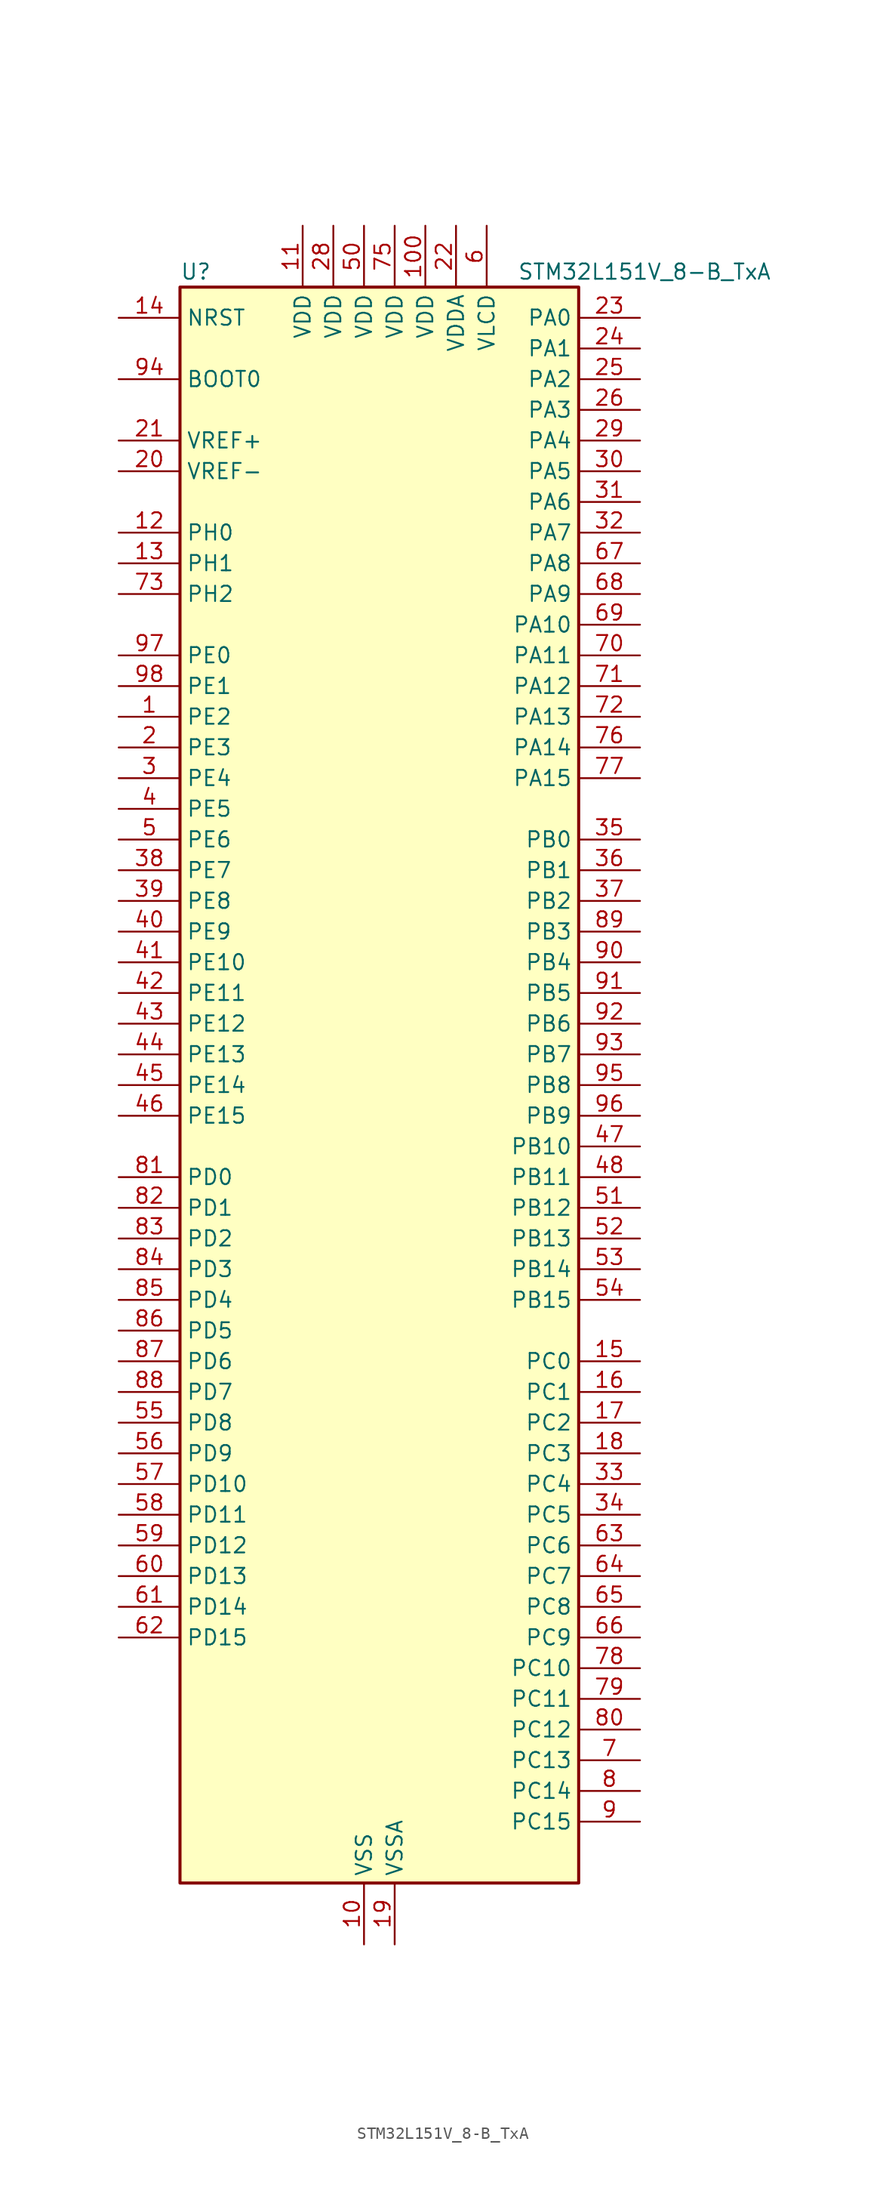
<source format=kicad_sym>
(kicad_symbol_lib
  (version 20231120)
  (generator "kicad_symbol_editor")
  (generator_version "8.0")
  (symbol "STM32L151V_8-B_TxA"
    (property "Reference" "U"
      (at -15.24 67.31 0)
      (effects (font (size 1.27 1.27)) (justify left)))
    (property "Value" "STM32L151V_8-B_TxA"
      (at 12.7 67.31 0)
      (effects (font (size 1.27 1.27)) (justify left)))
    (property "ki_locked" ""
      (at 0 0 0)
      (effects (font (size 1.27 1.27))))
    (symbol "STM32L151V_8-B_TxA_0_1"
      (rectangle (start -15.24 -66.04) (end 17.78 66.04) (stroke (width 0.254) (type default)) (fill (type background))))
    (symbol "STM32L151V_8-B_TxA_1_1"
      (pin bidirectional line (at -20.32 30.48 0) (length 5.08) (name "PE2" (effects (font (size 1.27 1.27)))) (number "1" (effects (font (size 1.27 1.27)))) (alternate "SYS_TRACECK" bidirectional line) (alternate "TIM3_ETR" bidirectional line) (alternate "TIMX_IC3" bidirectional line))
      (pin power_in line (at 0 -71.12 90) (length 5.08) (name "VSS" (effects (font (size 1.27 1.27)))) (number "10" (effects (font (size 1.27 1.27)))))
      (pin power_in line (at 5.08 71.12 270) (length 5.08) (name "VDD" (effects (font (size 1.27 1.27)))) (number "100" (effects (font (size 1.27 1.27)))))
      (pin power_in line (at -5.08 71.12 270) (length 5.08) (name "VDD" (effects (font (size 1.27 1.27)))) (number "11" (effects (font (size 1.27 1.27)))))
      (pin bidirectional line (at -20.32 45.72 0) (length 5.08) (name "PH0" (effects (font (size 1.27 1.27)))) (number "12" (effects (font (size 1.27 1.27)))) (alternate "RCC_OSC_IN" bidirectional line))
      (pin bidirectional line (at -20.32 43.18 0) (length 5.08) (name "PH1" (effects (font (size 1.27 1.27)))) (number "13" (effects (font (size 1.27 1.27)))) (alternate "RCC_OSC_OUT" bidirectional line))
      (pin input line (at -20.32 63.5 0) (length 5.08) (name "NRST" (effects (font (size 1.27 1.27)))) (number "14" (effects (font (size 1.27 1.27)))))
      (pin bidirectional line (at 22.86 -22.86 180) (length 5.08) (name "PC0" (effects (font (size 1.27 1.27)))) (number "15" (effects (font (size 1.27 1.27)))) (alternate "ADC_IN10" bidirectional line) (alternate "COMP1_INP" bidirectional line) (alternate "TIMX_IC1" bidirectional line) (alternate "TS_G8_IO1" bidirectional line))
      (pin bidirectional line (at 22.86 -25.4 180) (length 5.08) (name "PC1" (effects (font (size 1.27 1.27)))) (number "16" (effects (font (size 1.27 1.27)))) (alternate "ADC_IN11" bidirectional line) (alternate "COMP1_INP" bidirectional line) (alternate "TIMX_IC2" bidirectional line) (alternate "TS_G8_IO2" bidirectional line))
      (pin bidirectional line (at 22.86 -27.94 180) (length 5.08) (name "PC2" (effects (font (size 1.27 1.27)))) (number "17" (effects (font (size 1.27 1.27)))) (alternate "ADC_IN12" bidirectional line) (alternate "COMP1_INP" bidirectional line) (alternate "TIMX_IC3" bidirectional line) (alternate "TS_G8_IO3" bidirectional line))
      (pin bidirectional line (at 22.86 -30.48 180) (length 5.08) (name "PC3" (effects (font (size 1.27 1.27)))) (number "18" (effects (font (size 1.27 1.27)))) (alternate "ADC_IN13" bidirectional line) (alternate "COMP1_INP" bidirectional line) (alternate "TIMX_IC4" bidirectional line) (alternate "TS_G8_IO4" bidirectional line))
      (pin power_in line (at 2.54 -71.12 90) (length 5.08) (name "VSSA" (effects (font (size 1.27 1.27)))) (number "19" (effects (font (size 1.27 1.27)))))
      (pin bidirectional line (at -20.32 27.94 0) (length 5.08) (name "PE3" (effects (font (size 1.27 1.27)))) (number "2" (effects (font (size 1.27 1.27)))) (alternate "SYS_TRACED0" bidirectional line) (alternate "TIM3_CH1" bidirectional line) (alternate "TIMX_IC4" bidirectional line))
      (pin input line (at -20.32 50.8 0) (length 5.08) (name "VREF-" (effects (font (size 1.27 1.27)))) (number "20" (effects (font (size 1.27 1.27)))))
      (pin input line (at -20.32 53.34 0) (length 5.08) (name "VREF+" (effects (font (size 1.27 1.27)))) (number "21" (effects (font (size 1.27 1.27)))))
      (pin power_in line (at 7.62 71.12 270) (length 5.08) (name "VDDA" (effects (font (size 1.27 1.27)))) (number "22" (effects (font (size 1.27 1.27)))))
      (pin bidirectional line (at 22.86 63.5 180) (length 5.08) (name "PA0" (effects (font (size 1.27 1.27)))) (number "23" (effects (font (size 1.27 1.27)))) (alternate "ADC_IN0" bidirectional line) (alternate "COMP1_INP" bidirectional line) (alternate "RTC_TAMP2" bidirectional line) (alternate "SYS_WKUP1" bidirectional line) (alternate "TIM2_CH1" bidirectional line) (alternate "TIM2_ETR" bidirectional line) (alternate "TIMX_IC1" bidirectional line) (alternate "TS_G1_IO1" bidirectional line) (alternate "USART2_CTS" bidirectional line))
      (pin bidirectional line (at 22.86 60.96 180) (length 5.08) (name "PA1" (effects (font (size 1.27 1.27)))) (number "24" (effects (font (size 1.27 1.27)))) (alternate "ADC_IN1" bidirectional line) (alternate "COMP1_INP" bidirectional line) (alternate "TIM2_CH2" bidirectional line) (alternate "TIMX_IC2" bidirectional line) (alternate "TS_G1_IO2" bidirectional line) (alternate "USART2_RTS" bidirectional line))
      (pin bidirectional line (at 22.86 58.42 180) (length 5.08) (name "PA2" (effects (font (size 1.27 1.27)))) (number "25" (effects (font (size 1.27 1.27)))) (alternate "ADC_IN2" bidirectional line) (alternate "COMP1_INP" bidirectional line) (alternate "TIM2_CH3" bidirectional line) (alternate "TIM9_CH1" bidirectional line) (alternate "TIMX_IC3" bidirectional line) (alternate "TS_G1_IO3" bidirectional line) (alternate "USART2_TX" bidirectional line))
      (pin bidirectional line (at 22.86 55.88 180) (length 5.08) (name "PA3" (effects (font (size 1.27 1.27)))) (number "26" (effects (font (size 1.27 1.27)))) (alternate "ADC_IN3" bidirectional line) (alternate "COMP1_INP" bidirectional line) (alternate "TIM2_CH4" bidirectional line) (alternate "TIM9_CH2" bidirectional line) (alternate "TIMX_IC4" bidirectional line) (alternate "TS_G1_IO4" bidirectional line) (alternate "USART2_RX" bidirectional line))
      (pin passive line (at 0 -71.12 90) (length 5.08) hide (name "VSS" (effects (font (size 1.27 1.27)))) (number "27" (effects (font (size 1.27 1.27)))))
      (pin power_in line (at -2.54 71.12 270) (length 5.08) (name "VDD" (effects (font (size 1.27 1.27)))) (number "28" (effects (font (size 1.27 1.27)))))
      (pin bidirectional line (at 22.86 53.34 180) (length 5.08) (name "PA4" (effects (font (size 1.27 1.27)))) (number "29" (effects (font (size 1.27 1.27)))) (alternate "ADC_IN4" bidirectional line) (alternate "COMP1_INP" bidirectional line) (alternate "DAC_OUT1" bidirectional line) (alternate "SPI1_NSS" bidirectional line) (alternate "TIMX_IC1" bidirectional line) (alternate "USART2_CK" bidirectional line))
      (pin bidirectional line (at -20.32 25.4 0) (length 5.08) (name "PE4" (effects (font (size 1.27 1.27)))) (number "3" (effects (font (size 1.27 1.27)))) (alternate "SYS_TRACED1" bidirectional line) (alternate "TIM3_CH2" bidirectional line) (alternate "TIMX_IC1" bidirectional line))
      (pin bidirectional line (at 22.86 50.8 180) (length 5.08) (name "PA5" (effects (font (size 1.27 1.27)))) (number "30" (effects (font (size 1.27 1.27)))) (alternate "ADC_IN5" bidirectional line) (alternate "COMP1_INP" bidirectional line) (alternate "DAC_OUT2" bidirectional line) (alternate "SPI1_SCK" bidirectional line) (alternate "TIM2_CH1" bidirectional line) (alternate "TIM2_ETR" bidirectional line) (alternate "TIMX_IC2" bidirectional line))
      (pin bidirectional line (at 22.86 48.26 180) (length 5.08) (name "PA6" (effects (font (size 1.27 1.27)))) (number "31" (effects (font (size 1.27 1.27)))) (alternate "ADC_IN6" bidirectional line) (alternate "COMP1_INP" bidirectional line) (alternate "SPI1_MISO" bidirectional line) (alternate "TIM10_CH1" bidirectional line) (alternate "TIM3_CH1" bidirectional line) (alternate "TIMX_IC3" bidirectional line) (alternate "TS_G2_IO1" bidirectional line))
      (pin bidirectional line (at 22.86 45.72 180) (length 5.08) (name "PA7" (effects (font (size 1.27 1.27)))) (number "32" (effects (font (size 1.27 1.27)))) (alternate "ADC_IN7" bidirectional line) (alternate "COMP1_INP" bidirectional line) (alternate "SPI1_MOSI" bidirectional line) (alternate "TIM11_CH1" bidirectional line) (alternate "TIM3_CH2" bidirectional line) (alternate "TIMX_IC4" bidirectional line) (alternate "TS_G2_IO2" bidirectional line))
      (pin bidirectional line (at 22.86 -33.02 180) (length 5.08) (name "PC4" (effects (font (size 1.27 1.27)))) (number "33" (effects (font (size 1.27 1.27)))) (alternate "ADC_IN14" bidirectional line) (alternate "COMP1_INP" bidirectional line) (alternate "TIMX_IC1" bidirectional line) (alternate "TS_G9_IO1" bidirectional line))
      (pin bidirectional line (at 22.86 -35.56 180) (length 5.08) (name "PC5" (effects (font (size 1.27 1.27)))) (number "34" (effects (font (size 1.27 1.27)))) (alternate "ADC_IN15" bidirectional line) (alternate "COMP1_INP" bidirectional line) (alternate "TIMX_IC2" bidirectional line) (alternate "TS_G9_IO2" bidirectional line))
      (pin bidirectional line (at 22.86 20.32 180) (length 5.08) (name "PB0" (effects (font (size 1.27 1.27)))) (number "35" (effects (font (size 1.27 1.27)))) (alternate "ADC_IN8" bidirectional line) (alternate "COMP1_INP" bidirectional line) (alternate "SYS_V_REF_OUT" bidirectional line) (alternate "TIM3_CH3" bidirectional line) (alternate "TS_G3_IO1" bidirectional line))
      (pin bidirectional line (at 22.86 17.78 180) (length 5.08) (name "PB1" (effects (font (size 1.27 1.27)))) (number "36" (effects (font (size 1.27 1.27)))) (alternate "ADC_IN9" bidirectional line) (alternate "COMP1_INP" bidirectional line) (alternate "SYS_V_REF_OUT" bidirectional line) (alternate "TIM3_CH4" bidirectional line) (alternate "TS_G3_IO2" bidirectional line))
      (pin bidirectional line (at 22.86 15.24 180) (length 5.08) (name "PB2" (effects (font (size 1.27 1.27)))) (number "37" (effects (font (size 1.27 1.27)))) (alternate "TS_G3_IO3" bidirectional line))
      (pin bidirectional line (at -20.32 17.78 0) (length 5.08) (name "PE7" (effects (font (size 1.27 1.27)))) (number "38" (effects (font (size 1.27 1.27)))) (alternate "ADC_IN22" bidirectional line) (alternate "COMP1_INP" bidirectional line) (alternate "TIMX_IC4" bidirectional line))
      (pin bidirectional line (at -20.32 15.24 0) (length 5.08) (name "PE8" (effects (font (size 1.27 1.27)))) (number "39" (effects (font (size 1.27 1.27)))) (alternate "ADC_IN23" bidirectional line) (alternate "COMP1_INP" bidirectional line) (alternate "TIMX_IC1" bidirectional line))
      (pin bidirectional line (at -20.32 22.86 0) (length 5.08) (name "PE5" (effects (font (size 1.27 1.27)))) (number "4" (effects (font (size 1.27 1.27)))) (alternate "SYS_TRACED2" bidirectional line) (alternate "TIM9_CH1" bidirectional line) (alternate "TIMX_IC2" bidirectional line))
      (pin bidirectional line (at -20.32 12.7 0) (length 5.08) (name "PE9" (effects (font (size 1.27 1.27)))) (number "40" (effects (font (size 1.27 1.27)))) (alternate "ADC_IN24" bidirectional line) (alternate "COMP1_INP" bidirectional line) (alternate "DAC_EXTI9" bidirectional line) (alternate "TIM2_CH1" bidirectional line) (alternate "TIM2_ETR" bidirectional line) (alternate "TIMX_IC2" bidirectional line))
      (pin bidirectional line (at -20.32 10.16 0) (length 5.08) (name "PE10" (effects (font (size 1.27 1.27)))) (number "41" (effects (font (size 1.27 1.27)))) (alternate "ADC_IN25" bidirectional line) (alternate "COMP1_INP" bidirectional line) (alternate "TIM2_CH2" bidirectional line) (alternate "TIMX_IC3" bidirectional line))
      (pin bidirectional line (at -20.32 7.62 0) (length 5.08) (name "PE11" (effects (font (size 1.27 1.27)))) (number "42" (effects (font (size 1.27 1.27)))) (alternate "ADC_EXTI11" bidirectional line) (alternate "TIM2_CH3" bidirectional line) (alternate "TIMX_IC4" bidirectional line))
      (pin bidirectional line (at -20.32 5.08 0) (length 5.08) (name "PE12" (effects (font (size 1.27 1.27)))) (number "43" (effects (font (size 1.27 1.27)))) (alternate "SPI1_NSS" bidirectional line) (alternate "TIM2_CH4" bidirectional line) (alternate "TIMX_IC1" bidirectional line))
      (pin bidirectional line (at -20.32 2.54 0) (length 5.08) (name "PE13" (effects (font (size 1.27 1.27)))) (number "44" (effects (font (size 1.27 1.27)))) (alternate "SPI1_SCK" bidirectional line) (alternate "TIMX_IC2" bidirectional line))
      (pin bidirectional line (at -20.32 0 0) (length 5.08) (name "PE14" (effects (font (size 1.27 1.27)))) (number "45" (effects (font (size 1.27 1.27)))) (alternate "SPI1_MISO" bidirectional line) (alternate "TIMX_IC3" bidirectional line))
      (pin bidirectional line (at -20.32 -2.54 0) (length 5.08) (name "PE15" (effects (font (size 1.27 1.27)))) (number "46" (effects (font (size 1.27 1.27)))) (alternate "ADC_EXTI15" bidirectional line) (alternate "SPI1_MOSI" bidirectional line) (alternate "TIMX_IC4" bidirectional line))
      (pin bidirectional line (at 22.86 -5.08 180) (length 5.08) (name "PB10" (effects (font (size 1.27 1.27)))) (number "47" (effects (font (size 1.27 1.27)))) (alternate "I2C2_SCL" bidirectional line) (alternate "TIM2_CH3" bidirectional line) (alternate "USART3_TX" bidirectional line))
      (pin bidirectional line (at 22.86 -7.62 180) (length 5.08) (name "PB11" (effects (font (size 1.27 1.27)))) (number "48" (effects (font (size 1.27 1.27)))) (alternate "ADC_EXTI11" bidirectional line) (alternate "I2C2_SDA" bidirectional line) (alternate "TIM2_CH4" bidirectional line) (alternate "USART3_RX" bidirectional line))
      (pin passive line (at 0 -71.12 90) (length 5.08) hide (name "VSS" (effects (font (size 1.27 1.27)))) (number "49" (effects (font (size 1.27 1.27)))))
      (pin bidirectional line (at -20.32 20.32 0) (length 5.08) (name "PE6" (effects (font (size 1.27 1.27)))) (number "5" (effects (font (size 1.27 1.27)))) (alternate "RTC_TAMP3" bidirectional line) (alternate "SYS_TRACED3" bidirectional line) (alternate "SYS_WKUP3" bidirectional line) (alternate "TIM9_CH2" bidirectional line) (alternate "TIMX_IC3" bidirectional line))
      (pin power_in line (at 0 71.12 270) (length 5.08) (name "VDD" (effects (font (size 1.27 1.27)))) (number "50" (effects (font (size 1.27 1.27)))))
      (pin bidirectional line (at 22.86 -10.16 180) (length 5.08) (name "PB12" (effects (font (size 1.27 1.27)))) (number "51" (effects (font (size 1.27 1.27)))) (alternate "ADC_IN18" bidirectional line) (alternate "COMP1_INP" bidirectional line) (alternate "I2C2_SMBA" bidirectional line) (alternate "SPI2_NSS" bidirectional line) (alternate "TIM10_CH1" bidirectional line) (alternate "TS_G7_IO1" bidirectional line) (alternate "USART3_CK" bidirectional line))
      (pin bidirectional line (at 22.86 -12.7 180) (length 5.08) (name "PB13" (effects (font (size 1.27 1.27)))) (number "52" (effects (font (size 1.27 1.27)))) (alternate "ADC_IN19" bidirectional line) (alternate "COMP1_INP" bidirectional line) (alternate "SPI2_SCK" bidirectional line) (alternate "TIM9_CH1" bidirectional line) (alternate "TS_G7_IO2" bidirectional line) (alternate "USART3_CTS" bidirectional line))
      (pin bidirectional line (at 22.86 -15.24 180) (length 5.08) (name "PB14" (effects (font (size 1.27 1.27)))) (number "53" (effects (font (size 1.27 1.27)))) (alternate "ADC_IN20" bidirectional line) (alternate "COMP1_INP" bidirectional line) (alternate "SPI2_MISO" bidirectional line) (alternate "TIM9_CH2" bidirectional line) (alternate "TS_G7_IO3" bidirectional line) (alternate "USART3_RTS" bidirectional line))
      (pin bidirectional line (at 22.86 -17.78 180) (length 5.08) (name "PB15" (effects (font (size 1.27 1.27)))) (number "54" (effects (font (size 1.27 1.27)))) (alternate "ADC_EXTI15" bidirectional line) (alternate "ADC_IN21" bidirectional line) (alternate "COMP1_INP" bidirectional line) (alternate "RTC_REFIN" bidirectional line) (alternate "SPI2_MOSI" bidirectional line) (alternate "TIM11_CH1" bidirectional line) (alternate "TS_G7_IO4" bidirectional line))
      (pin bidirectional line (at -20.32 -27.94 0) (length 5.08) (name "PD8" (effects (font (size 1.27 1.27)))) (number "55" (effects (font (size 1.27 1.27)))) (alternate "TIMX_IC1" bidirectional line) (alternate "USART3_TX" bidirectional line))
      (pin bidirectional line (at -20.32 -30.48 0) (length 5.08) (name "PD9" (effects (font (size 1.27 1.27)))) (number "56" (effects (font (size 1.27 1.27)))) (alternate "DAC_EXTI9" bidirectional line) (alternate "TIMX_IC2" bidirectional line) (alternate "USART3_RX" bidirectional line))
      (pin bidirectional line (at -20.32 -33.02 0) (length 5.08) (name "PD10" (effects (font (size 1.27 1.27)))) (number "57" (effects (font (size 1.27 1.27)))) (alternate "TIMX_IC3" bidirectional line) (alternate "USART3_CK" bidirectional line))
      (pin bidirectional line (at -20.32 -35.56 0) (length 5.08) (name "PD11" (effects (font (size 1.27 1.27)))) (number "58" (effects (font (size 1.27 1.27)))) (alternate "ADC_EXTI11" bidirectional line) (alternate "TIMX_IC4" bidirectional line) (alternate "USART3_CTS" bidirectional line))
      (pin bidirectional line (at -20.32 -38.1 0) (length 5.08) (name "PD12" (effects (font (size 1.27 1.27)))) (number "59" (effects (font (size 1.27 1.27)))) (alternate "TIM4_CH1" bidirectional line) (alternate "TIMX_IC1" bidirectional line) (alternate "USART3_RTS" bidirectional line))
      (pin power_in line (at 10.16 71.12 270) (length 5.08) (name "VLCD" (effects (font (size 1.27 1.27)))) (number "6" (effects (font (size 1.27 1.27)))))
      (pin bidirectional line (at -20.32 -40.64 0) (length 5.08) (name "PD13" (effects (font (size 1.27 1.27)))) (number "60" (effects (font (size 1.27 1.27)))) (alternate "TIM4_CH2" bidirectional line) (alternate "TIMX_IC2" bidirectional line))
      (pin bidirectional line (at -20.32 -43.18 0) (length 5.08) (name "PD14" (effects (font (size 1.27 1.27)))) (number "61" (effects (font (size 1.27 1.27)))) (alternate "TIM4_CH3" bidirectional line) (alternate "TIMX_IC3" bidirectional line))
      (pin bidirectional line (at -20.32 -45.72 0) (length 5.08) (name "PD15" (effects (font (size 1.27 1.27)))) (number "62" (effects (font (size 1.27 1.27)))) (alternate "ADC_EXTI15" bidirectional line) (alternate "TIM4_CH4" bidirectional line) (alternate "TIMX_IC4" bidirectional line))
      (pin bidirectional line (at 22.86 -38.1 180) (length 5.08) (name "PC6" (effects (font (size 1.27 1.27)))) (number "63" (effects (font (size 1.27 1.27)))) (alternate "TIM3_CH1" bidirectional line) (alternate "TIMX_IC3" bidirectional line) (alternate "TS_G10_IO1" bidirectional line))
      (pin bidirectional line (at 22.86 -40.64 180) (length 5.08) (name "PC7" (effects (font (size 1.27 1.27)))) (number "64" (effects (font (size 1.27 1.27)))) (alternate "TIM3_CH2" bidirectional line) (alternate "TIMX_IC4" bidirectional line) (alternate "TS_G10_IO2" bidirectional line))
      (pin bidirectional line (at 22.86 -43.18 180) (length 5.08) (name "PC8" (effects (font (size 1.27 1.27)))) (number "65" (effects (font (size 1.27 1.27)))) (alternate "TIM3_CH3" bidirectional line) (alternate "TIMX_IC1" bidirectional line) (alternate "TS_G10_IO3" bidirectional line))
      (pin bidirectional line (at 22.86 -45.72 180) (length 5.08) (name "PC9" (effects (font (size 1.27 1.27)))) (number "66" (effects (font (size 1.27 1.27)))) (alternate "DAC_EXTI9" bidirectional line) (alternate "TIM3_CH4" bidirectional line) (alternate "TIMX_IC2" bidirectional line) (alternate "TS_G10_IO4" bidirectional line))
      (pin bidirectional line (at 22.86 43.18 180) (length 5.08) (name "PA8" (effects (font (size 1.27 1.27)))) (number "67" (effects (font (size 1.27 1.27)))) (alternate "RCC_MCO" bidirectional line) (alternate "TIMX_IC1" bidirectional line) (alternate "TS_G4_IO1" bidirectional line) (alternate "USART1_CK" bidirectional line))
      (pin bidirectional line (at 22.86 40.64 180) (length 5.08) (name "PA9" (effects (font (size 1.27 1.27)))) (number "68" (effects (font (size 1.27 1.27)))) (alternate "DAC_EXTI9" bidirectional line) (alternate "TIMX_IC2" bidirectional line) (alternate "TS_G4_IO2" bidirectional line) (alternate "USART1_TX" bidirectional line))
      (pin bidirectional line (at 22.86 38.1 180) (length 5.08) (name "PA10" (effects (font (size 1.27 1.27)))) (number "69" (effects (font (size 1.27 1.27)))) (alternate "TIMX_IC3" bidirectional line) (alternate "TS_G4_IO3" bidirectional line) (alternate "USART1_RX" bidirectional line))
      (pin bidirectional line (at 22.86 -55.88 180) (length 5.08) (name "PC13" (effects (font (size 1.27 1.27)))) (number "7" (effects (font (size 1.27 1.27)))) (alternate "RTC_OUT_ALARM" bidirectional line) (alternate "RTC_OUT_CALIB" bidirectional line) (alternate "RTC_TAMP1" bidirectional line) (alternate "RTC_TS" bidirectional line) (alternate "SYS_WKUP2" bidirectional line) (alternate "TIMX_IC2" bidirectional line))
      (pin bidirectional line (at 22.86 35.56 180) (length 5.08) (name "PA11" (effects (font (size 1.27 1.27)))) (number "70" (effects (font (size 1.27 1.27)))) (alternate "ADC_EXTI11" bidirectional line) (alternate "SPI1_MISO" bidirectional line) (alternate "TIMX_IC4" bidirectional line) (alternate "USART1_CTS" bidirectional line) (alternate "USB_DM" bidirectional line))
      (pin bidirectional line (at 22.86 33.02 180) (length 5.08) (name "PA12" (effects (font (size 1.27 1.27)))) (number "71" (effects (font (size 1.27 1.27)))) (alternate "SPI1_MOSI" bidirectional line) (alternate "TIMX_IC1" bidirectional line) (alternate "USART1_RTS" bidirectional line) (alternate "USB_DP" bidirectional line))
      (pin bidirectional line (at 22.86 30.48 180) (length 5.08) (name "PA13" (effects (font (size 1.27 1.27)))) (number "72" (effects (font (size 1.27 1.27)))) (alternate "SYS_JTMS-SWDIO" bidirectional line) (alternate "TIMX_IC2" bidirectional line) (alternate "TS_G5_IO1" bidirectional line))
      (pin bidirectional line (at -20.32 40.64 0) (length 5.08) (name "PH2" (effects (font (size 1.27 1.27)))) (number "73" (effects (font (size 1.27 1.27)))))
      (pin passive line (at 0 -71.12 90) (length 5.08) hide (name "VSS" (effects (font (size 1.27 1.27)))) (number "74" (effects (font (size 1.27 1.27)))))
      (pin power_in line (at 2.54 71.12 270) (length 5.08) (name "VDD" (effects (font (size 1.27 1.27)))) (number "75" (effects (font (size 1.27 1.27)))))
      (pin bidirectional line (at 22.86 27.94 180) (length 5.08) (name "PA14" (effects (font (size 1.27 1.27)))) (number "76" (effects (font (size 1.27 1.27)))) (alternate "SYS_JTCK-SWCLK" bidirectional line) (alternate "TIMX_IC3" bidirectional line) (alternate "TS_G5_IO2" bidirectional line))
      (pin bidirectional line (at 22.86 25.4 180) (length 5.08) (name "PA15" (effects (font (size 1.27 1.27)))) (number "77" (effects (font (size 1.27 1.27)))) (alternate "ADC_EXTI15" bidirectional line) (alternate "SPI1_NSS" bidirectional line) (alternate "SYS_JTDI" bidirectional line) (alternate "TIM2_CH1" bidirectional line) (alternate "TIM2_ETR" bidirectional line) (alternate "TIMX_IC4" bidirectional line) (alternate "TS_G5_IO3" bidirectional line))
      (pin bidirectional line (at 22.86 -48.26 180) (length 5.08) (name "PC10" (effects (font (size 1.27 1.27)))) (number "78" (effects (font (size 1.27 1.27)))) (alternate "TIMX_IC3" bidirectional line) (alternate "USART3_TX" bidirectional line))
      (pin bidirectional line (at 22.86 -50.8 180) (length 5.08) (name "PC11" (effects (font (size 1.27 1.27)))) (number "79" (effects (font (size 1.27 1.27)))) (alternate "ADC_EXTI11" bidirectional line) (alternate "TIMX_IC4" bidirectional line) (alternate "USART3_RX" bidirectional line))
      (pin bidirectional line (at 22.86 -58.42 180) (length 5.08) (name "PC14" (effects (font (size 1.27 1.27)))) (number "8" (effects (font (size 1.27 1.27)))) (alternate "RCC_OSC32_IN" bidirectional line) (alternate "TIMX_IC3" bidirectional line))
      (pin bidirectional line (at 22.86 -53.34 180) (length 5.08) (name "PC12" (effects (font (size 1.27 1.27)))) (number "80" (effects (font (size 1.27 1.27)))) (alternate "TIMX_IC1" bidirectional line) (alternate "USART3_CK" bidirectional line))
      (pin bidirectional line (at -20.32 -7.62 0) (length 5.08) (name "PD0" (effects (font (size 1.27 1.27)))) (number "81" (effects (font (size 1.27 1.27)))) (alternate "SPI2_NSS" bidirectional line) (alternate "TIM9_CH1" bidirectional line) (alternate "TIMX_IC1" bidirectional line))
      (pin bidirectional line (at -20.32 -10.16 0) (length 5.08) (name "PD1" (effects (font (size 1.27 1.27)))) (number "82" (effects (font (size 1.27 1.27)))) (alternate "SPI2_SCK" bidirectional line) (alternate "TIMX_IC2" bidirectional line))
      (pin bidirectional line (at -20.32 -12.7 0) (length 5.08) (name "PD2" (effects (font (size 1.27 1.27)))) (number "83" (effects (font (size 1.27 1.27)))) (alternate "TIM3_ETR" bidirectional line) (alternate "TIMX_IC3" bidirectional line))
      (pin bidirectional line (at -20.32 -15.24 0) (length 5.08) (name "PD3" (effects (font (size 1.27 1.27)))) (number "84" (effects (font (size 1.27 1.27)))) (alternate "SPI2_MISO" bidirectional line) (alternate "TIMX_IC4" bidirectional line) (alternate "USART2_CTS" bidirectional line))
      (pin bidirectional line (at -20.32 -17.78 0) (length 5.08) (name "PD4" (effects (font (size 1.27 1.27)))) (number "85" (effects (font (size 1.27 1.27)))) (alternate "SPI2_MOSI" bidirectional line) (alternate "TIMX_IC1" bidirectional line) (alternate "USART2_RTS" bidirectional line))
      (pin bidirectional line (at -20.32 -20.32 0) (length 5.08) (name "PD5" (effects (font (size 1.27 1.27)))) (number "86" (effects (font (size 1.27 1.27)))) (alternate "TIMX_IC2" bidirectional line) (alternate "USART2_TX" bidirectional line))
      (pin bidirectional line (at -20.32 -22.86 0) (length 5.08) (name "PD6" (effects (font (size 1.27 1.27)))) (number "87" (effects (font (size 1.27 1.27)))) (alternate "TIMX_IC3" bidirectional line) (alternate "USART2_RX" bidirectional line))
      (pin bidirectional line (at -20.32 -25.4 0) (length 5.08) (name "PD7" (effects (font (size 1.27 1.27)))) (number "88" (effects (font (size 1.27 1.27)))) (alternate "TIM9_CH2" bidirectional line) (alternate "TIMX_IC4" bidirectional line) (alternate "USART2_CK" bidirectional line))
      (pin bidirectional line (at 22.86 12.7 180) (length 5.08) (name "PB3" (effects (font (size 1.27 1.27)))) (number "89" (effects (font (size 1.27 1.27)))) (alternate "COMP2_INM" bidirectional line) (alternate "SPI1_SCK" bidirectional line) (alternate "SYS_JTDO-TRACESWO" bidirectional line) (alternate "TIM2_CH2" bidirectional line))
      (pin bidirectional line (at 22.86 -60.96 180) (length 5.08) (name "PC15" (effects (font (size 1.27 1.27)))) (number "9" (effects (font (size 1.27 1.27)))) (alternate "ADC_EXTI15" bidirectional line) (alternate "RCC_OSC32_OUT" bidirectional line) (alternate "TIMX_IC4" bidirectional line))
      (pin bidirectional line (at 22.86 10.16 180) (length 5.08) (name "PB4" (effects (font (size 1.27 1.27)))) (number "90" (effects (font (size 1.27 1.27)))) (alternate "COMP2_INP" bidirectional line) (alternate "SPI1_MISO" bidirectional line) (alternate "SYS_JTRST" bidirectional line) (alternate "TIM3_CH1" bidirectional line) (alternate "TS_G6_IO1" bidirectional line))
      (pin bidirectional line (at 22.86 7.62 180) (length 5.08) (name "PB5" (effects (font (size 1.27 1.27)))) (number "91" (effects (font (size 1.27 1.27)))) (alternate "COMP2_INP" bidirectional line) (alternate "I2C1_SMBA" bidirectional line) (alternate "SPI1_MOSI" bidirectional line) (alternate "TIM3_CH2" bidirectional line) (alternate "TS_G6_IO2" bidirectional line))
      (pin bidirectional line (at 22.86 5.08 180) (length 5.08) (name "PB6" (effects (font (size 1.27 1.27)))) (number "92" (effects (font (size 1.27 1.27)))) (alternate "I2C1_SCL" bidirectional line) (alternate "TIM4_CH1" bidirectional line) (alternate "TS_G6_IO3" bidirectional line) (alternate "USART1_TX" bidirectional line))
      (pin bidirectional line (at 22.86 2.54 180) (length 5.08) (name "PB7" (effects (font (size 1.27 1.27)))) (number "93" (effects (font (size 1.27 1.27)))) (alternate "I2C1_SDA" bidirectional line) (alternate "SYS_PVD_IN" bidirectional line) (alternate "TIM4_CH2" bidirectional line) (alternate "TS_G6_IO4" bidirectional line) (alternate "USART1_RX" bidirectional line))
      (pin input line (at -20.32 58.42 0) (length 5.08) (name "BOOT0" (effects (font (size 1.27 1.27)))) (number "94" (effects (font (size 1.27 1.27)))))
      (pin bidirectional line (at 22.86 0 180) (length 5.08) (name "PB8" (effects (font (size 1.27 1.27)))) (number "95" (effects (font (size 1.27 1.27)))) (alternate "I2C1_SCL" bidirectional line) (alternate "TIM10_CH1" bidirectional line) (alternate "TIM4_CH3" bidirectional line))
      (pin bidirectional line (at 22.86 -2.54 180) (length 5.08) (name "PB9" (effects (font (size 1.27 1.27)))) (number "96" (effects (font (size 1.27 1.27)))) (alternate "DAC_EXTI9" bidirectional line) (alternate "I2C1_SDA" bidirectional line) (alternate "TIM11_CH1" bidirectional line) (alternate "TIM4_CH4" bidirectional line))
      (pin bidirectional line (at -20.32 35.56 0) (length 5.08) (name "PE0" (effects (font (size 1.27 1.27)))) (number "97" (effects (font (size 1.27 1.27)))) (alternate "TIM10_CH1" bidirectional line) (alternate "TIM4_ETR" bidirectional line) (alternate "TIMX_IC1" bidirectional line))
      (pin bidirectional line (at -20.32 33.02 0) (length 5.08) (name "PE1" (effects (font (size 1.27 1.27)))) (number "98" (effects (font (size 1.27 1.27)))) (alternate "TIM11_CH1" bidirectional line) (alternate "TIMX_IC2" bidirectional line))
      (pin passive line (at 0 -71.12 90) (length 5.08) hide (name "VSS" (effects (font (size 1.27 1.27)))) (number "99" (effects (font (size 1.27 1.27))))))))
</source>
